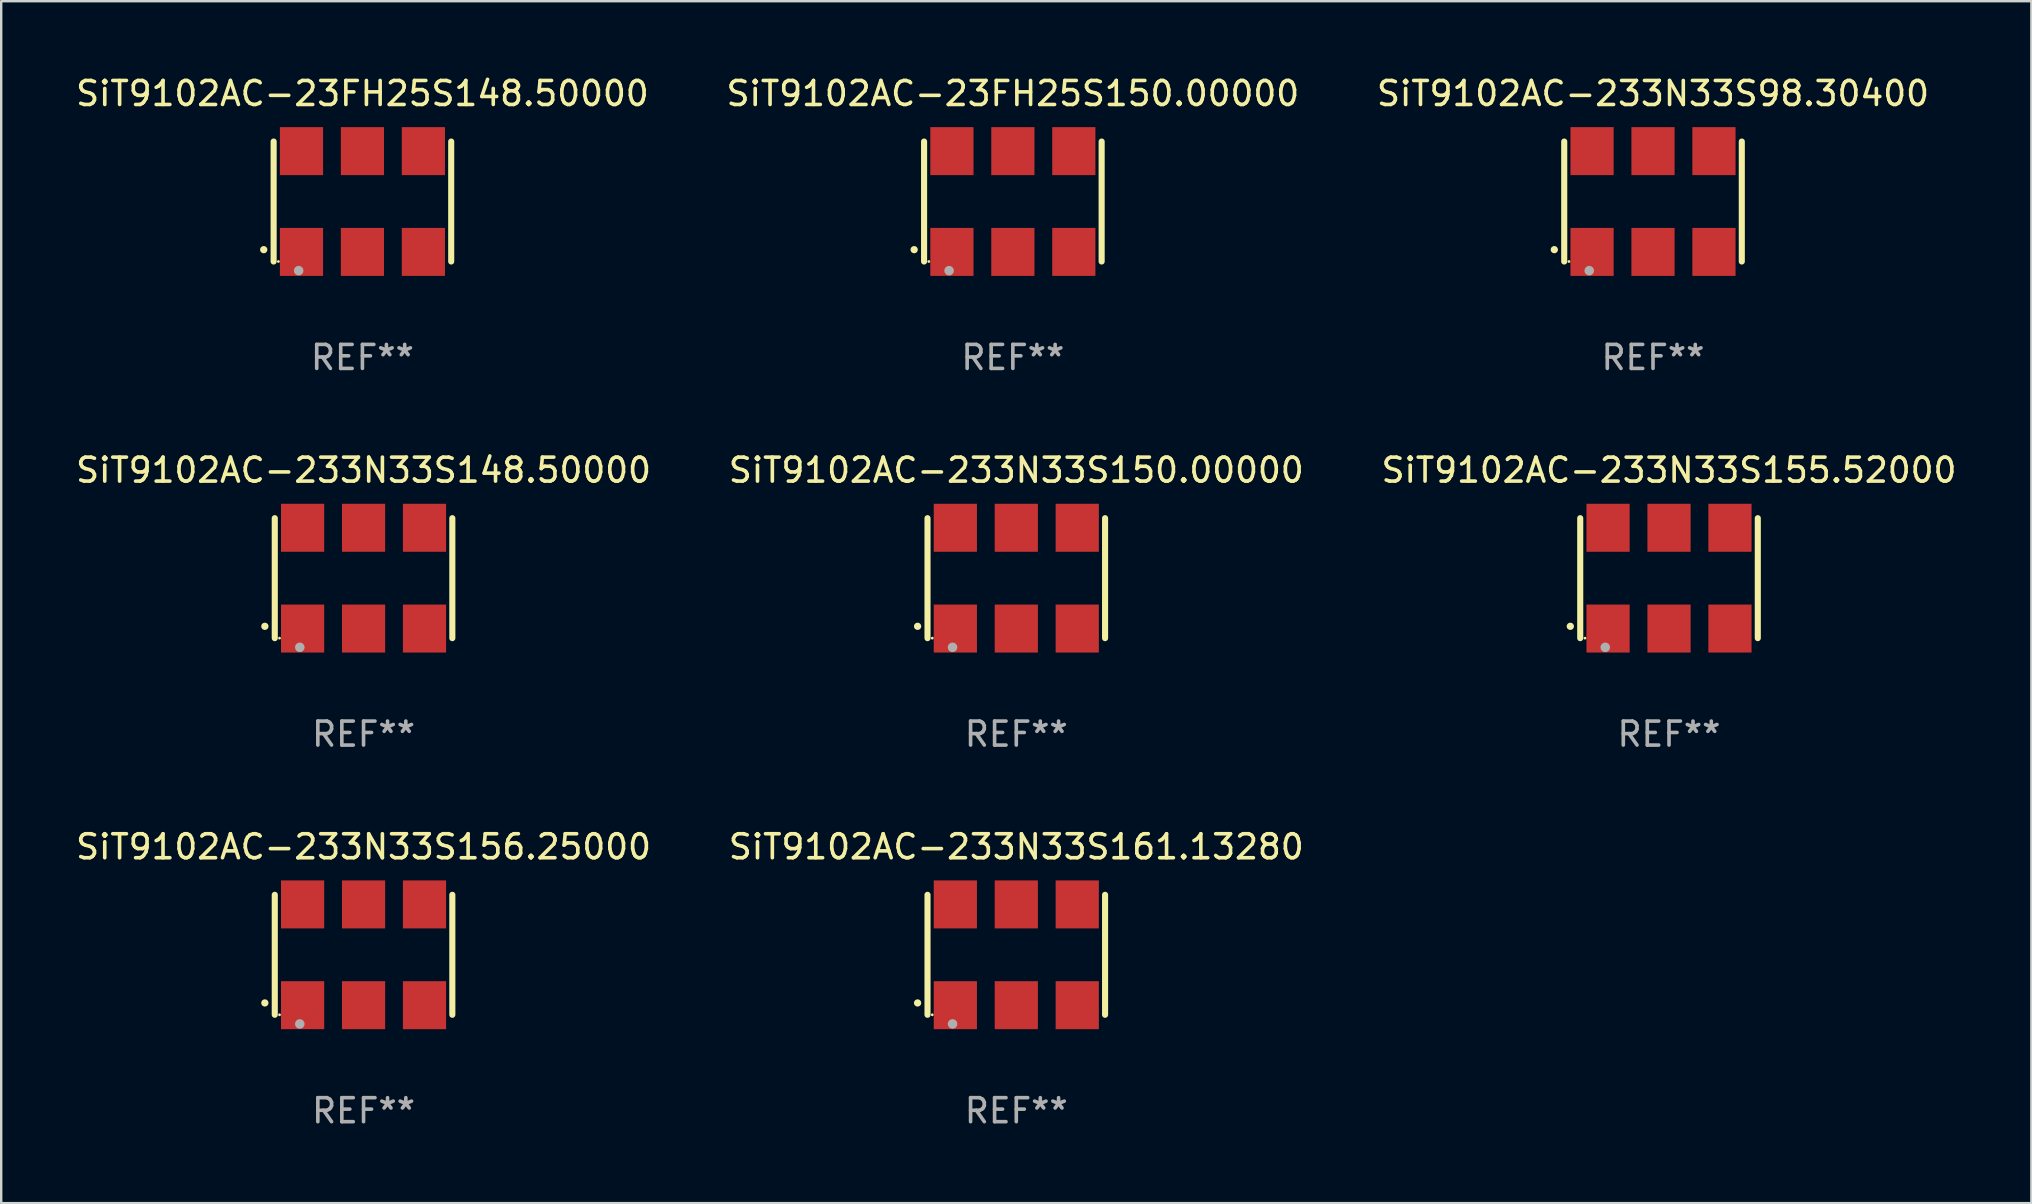
<source format=kicad_pcb>
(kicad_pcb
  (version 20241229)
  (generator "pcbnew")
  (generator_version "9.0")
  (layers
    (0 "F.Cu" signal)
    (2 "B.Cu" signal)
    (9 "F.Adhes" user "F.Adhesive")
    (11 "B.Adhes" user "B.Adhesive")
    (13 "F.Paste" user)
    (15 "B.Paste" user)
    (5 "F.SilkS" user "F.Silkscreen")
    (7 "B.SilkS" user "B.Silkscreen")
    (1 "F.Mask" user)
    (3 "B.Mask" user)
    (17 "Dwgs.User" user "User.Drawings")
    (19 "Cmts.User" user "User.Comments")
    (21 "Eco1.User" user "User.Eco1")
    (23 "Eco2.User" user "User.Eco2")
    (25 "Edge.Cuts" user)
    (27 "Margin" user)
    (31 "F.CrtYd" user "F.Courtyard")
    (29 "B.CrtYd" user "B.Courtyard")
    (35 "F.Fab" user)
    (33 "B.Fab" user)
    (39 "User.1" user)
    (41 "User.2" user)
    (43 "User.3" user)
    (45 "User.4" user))
  (footprint "SiT9102AC-233N33S148.50000"
    (layer "F.Cu")
    (at 12.101 21.045)
    (property "Reference" "SiT9102AC-233N33S148.50000" (at 0 -4.5 0) (layer "F.SilkS") (effects (font (size 1 1) (thickness 0.15))))
    (attr through_hole)
    (fp_line (start -3.7 -2.5) (end -3.7 2.5) (stroke (width 0.254) (type solid)) (layer "F.SilkS"))
    (fp_line (start 3.7 -2.5) (end 3.7 2.5) (stroke (width 0.254) (type solid)) (layer "F.SilkS"))
    (fp_arc (start -4.114415 2.006604) (mid -4.113145 2.006599) (end -4.111875 2.006604) (stroke (width 0.3) (type solid)) (layer "F.SilkS"))
    (fp_circle (center -3.502 2.5) (end -3.472 2.5) (stroke (width 0.06) (type solid)) (fill no) (layer "F.SilkS"))
    (fp_circle (center -2.657 2.882) (end -2.557 2.882) (stroke (width 0.2) (type solid)) (fill no) (layer "F.Fab"))
    (fp_text user "REF**" (at 0 6.5 0) (layer "F.Fab") (effects (font (size 1 1) (thickness 0.15))))
    (pad "1" smd rect (at -2.54 2.1) (size 1.8 2) (layers "F.Cu" "F.Mask" "F.Paste"))
    (pad "2" smd rect (at 0.000394 2.1) (size 1.8 2) (layers "F.Cu" "F.Mask" "F.Paste"))
    (pad "3" smd rect (at 2.54 2.1) (size 1.8 2) (layers "F.Cu" "F.Mask" "F.Paste"))
    (pad "4" smd rect (at 2.54 -2.1) (size 1.8 2) (layers "F.Cu" "F.Mask" "F.Paste"))
    (pad "5" smd rect (at 0.000394 -2.1) (size 1.8 2) (layers "F.Cu" "F.Mask" "F.Paste"))
    (pad "6" smd rect (at -2.54 -2.1) (size 1.8 2) (layers "F.Cu" "F.Mask" "F.Paste")))
  (footprint "SiT9102AC-23FH25S148.50000"
    (layer "F.Cu")
    (at 12.054 5.348)
    (property "Reference" "SiT9102AC-23FH25S148.50000" (at 0 -4.5 0) (layer "F.SilkS") (effects (font (size 1 1) (thickness 0.15))))
    (attr through_hole)
    (fp_line (start -3.7 -2.5) (end -3.7 2.5) (stroke (width 0.254) (type solid)) (layer "F.SilkS"))
    (fp_line (start 3.7 -2.5) (end 3.7 2.5) (stroke (width 0.254) (type solid)) (layer "F.SilkS"))
    (fp_arc (start -4.114415 2.006604) (mid -4.113145 2.006599) (end -4.111875 2.006604) (stroke (width 0.3) (type solid)) (layer "F.SilkS"))
    (fp_circle (center -3.502 2.5) (end -3.472 2.5) (stroke (width 0.06) (type solid)) (fill no) (layer "F.SilkS"))
    (fp_circle (center -2.657 2.882) (end -2.557 2.882) (stroke (width 0.2) (type solid)) (fill no) (layer "F.Fab"))
    (fp_text user "REF**" (at 0 6.5 0) (layer "F.Fab") (effects (font (size 1 1) (thickness 0.15))))
    (pad "1" smd rect (at -2.54 2.1) (size 1.8 2) (layers "F.Cu" "F.Mask" "F.Paste"))
    (pad "2" smd rect (at 0.000394 2.1) (size 1.8 2) (layers "F.Cu" "F.Mask" "F.Paste"))
    (pad "3" smd rect (at 2.54 2.1) (size 1.8 2) (layers "F.Cu" "F.Mask" "F.Paste"))
    (pad "4" smd rect (at 2.54 -2.1) (size 1.8 2) (layers "F.Cu" "F.Mask" "F.Paste"))
    (pad "5" smd rect (at 0.000394 -2.1) (size 1.8 2) (layers "F.Cu" "F.Mask" "F.Paste"))
    (pad "6" smd rect (at -2.54 -2.1) (size 1.8 2) (layers "F.Cu" "F.Mask" "F.Paste")))
  (footprint "SiT9102AC-233N33S161.13280"
    (layer "F.Cu")
    (at 39.304 36.741)
    (property "Reference" "SiT9102AC-233N33S161.13280" (at 0 -4.5 0) (layer "F.SilkS") (effects (font (size 1 1) (thickness 0.15))))
    (attr through_hole)
    (fp_line (start -3.7 -2.5) (end -3.7 2.5) (stroke (width 0.254) (type solid)) (layer "F.SilkS"))
    (fp_line (start 3.7 -2.5) (end 3.7 2.5) (stroke (width 0.254) (type solid)) (layer "F.SilkS"))
    (fp_arc (start -4.114415 2.006604) (mid -4.113145 2.006599) (end -4.111875 2.006604) (stroke (width 0.3) (type solid)) (layer "F.SilkS"))
    (fp_circle (center -3.502 2.5) (end -3.472 2.5) (stroke (width 0.06) (type solid)) (fill no) (layer "F.SilkS"))
    (fp_circle (center -2.657 2.882) (end -2.557 2.882) (stroke (width 0.2) (type solid)) (fill no) (layer "F.Fab"))
    (fp_text user "REF**" (at 0 6.5 0) (layer "F.Fab") (effects (font (size 1 1) (thickness 0.15))))
    (pad "1" smd rect (at -2.54 2.1) (size 1.8 2) (layers "F.Cu" "F.Mask" "F.Paste"))
    (pad "2" smd rect (at 0.000394 2.1) (size 1.8 2) (layers "F.Cu" "F.Mask" "F.Paste"))
    (pad "3" smd rect (at 2.54 2.1) (size 1.8 2) (layers "F.Cu" "F.Mask" "F.Paste"))
    (pad "4" smd rect (at 2.54 -2.1) (size 1.8 2) (layers "F.Cu" "F.Mask" "F.Paste"))
    (pad "5" smd rect (at 0.000394 -2.1) (size 1.8 2) (layers "F.Cu" "F.Mask" "F.Paste"))
    (pad "6" smd rect (at -2.54 -2.1) (size 1.8 2) (layers "F.Cu" "F.Mask" "F.Paste")))
  (footprint "SiT9102AC-233N33S150.00000"
    (layer "F.Cu")
    (at 39.304 21.045)
    (property "Reference" "SiT9102AC-233N33S150.00000" (at 0 -4.5 0) (layer "F.SilkS") (effects (font (size 1 1) (thickness 0.15))))
    (attr through_hole)
    (fp_line (start -3.7 -2.5) (end -3.7 2.5) (stroke (width 0.254) (type solid)) (layer "F.SilkS"))
    (fp_line (start 3.7 -2.5) (end 3.7 2.5) (stroke (width 0.254) (type solid)) (layer "F.SilkS"))
    (fp_arc (start -4.114415 2.006604) (mid -4.113145 2.006599) (end -4.111875 2.006604) (stroke (width 0.3) (type solid)) (layer "F.SilkS"))
    (fp_circle (center -3.502 2.5) (end -3.472 2.5) (stroke (width 0.06) (type solid)) (fill no) (layer "F.SilkS"))
    (fp_circle (center -2.657 2.882) (end -2.557 2.882) (stroke (width 0.2) (type solid)) (fill no) (layer "F.Fab"))
    (fp_text user "REF**" (at 0 6.5 0) (layer "F.Fab") (effects (font (size 1 1) (thickness 0.15))))
    (pad "1" smd rect (at -2.54 2.1) (size 1.8 2) (layers "F.Cu" "F.Mask" "F.Paste"))
    (pad "2" smd rect (at 0.000394 2.1) (size 1.8 2) (layers "F.Cu" "F.Mask" "F.Paste"))
    (pad "3" smd rect (at 2.54 2.1) (size 1.8 2) (layers "F.Cu" "F.Mask" "F.Paste"))
    (pad "4" smd rect (at 2.54 -2.1) (size 1.8 2) (layers "F.Cu" "F.Mask" "F.Paste"))
    (pad "5" smd rect (at 0.000394 -2.1) (size 1.8 2) (layers "F.Cu" "F.Mask" "F.Paste"))
    (pad "6" smd rect (at -2.54 -2.1) (size 1.8 2) (layers "F.Cu" "F.Mask" "F.Paste")))
  (footprint "SiT9102AC-233N33S156.25000"
    (layer "F.Cu")
    (at 12.101 36.741)
    (property "Reference" "SiT9102AC-233N33S156.25000" (at 0 -4.5 0) (layer "F.SilkS") (effects (font (size 1 1) (thickness 0.15))))
    (attr through_hole)
    (fp_line (start -3.7 -2.5) (end -3.7 2.5) (stroke (width 0.254) (type solid)) (layer "F.SilkS"))
    (fp_line (start 3.7 -2.5) (end 3.7 2.5) (stroke (width 0.254) (type solid)) (layer "F.SilkS"))
    (fp_arc (start -4.114415 2.006604) (mid -4.113145 2.006599) (end -4.111875 2.006604) (stroke (width 0.3) (type solid)) (layer "F.SilkS"))
    (fp_circle (center -3.502 2.5) (end -3.472 2.5) (stroke (width 0.06) (type solid)) (fill no) (layer "F.SilkS"))
    (fp_circle (center -2.657 2.882) (end -2.557 2.882) (stroke (width 0.2) (type solid)) (fill no) (layer "F.Fab"))
    (fp_text user "REF**" (at 0 6.5 0) (layer "F.Fab") (effects (font (size 1 1) (thickness 0.15))))
    (pad "1" smd rect (at -2.54 2.1) (size 1.8 2) (layers "F.Cu" "F.Mask" "F.Paste"))
    (pad "2" smd rect (at 0.000394 2.1) (size 1.8 2) (layers "F.Cu" "F.Mask" "F.Paste"))
    (pad "3" smd rect (at 2.54 2.1) (size 1.8 2) (layers "F.Cu" "F.Mask" "F.Paste"))
    (pad "4" smd rect (at 2.54 -2.1) (size 1.8 2) (layers "F.Cu" "F.Mask" "F.Paste"))
    (pad "5" smd rect (at 0.000394 -2.1) (size 1.8 2) (layers "F.Cu" "F.Mask" "F.Paste"))
    (pad "6" smd rect (at -2.54 -2.1) (size 1.8 2) (layers "F.Cu" "F.Mask" "F.Paste")))
  (footprint "SiT9102AC-23FH25S150.00000"
    (layer "F.Cu")
    (at 39.161 5.348)
    (property "Reference" "SiT9102AC-23FH25S150.00000" (at 0 -4.5 0) (layer "F.SilkS") (effects (font (size 1 1) (thickness 0.15))))
    (attr through_hole)
    (fp_line (start -3.7 -2.5) (end -3.7 2.5) (stroke (width 0.254) (type solid)) (layer "F.SilkS"))
    (fp_line (start 3.7 -2.5) (end 3.7 2.5) (stroke (width 0.254) (type solid)) (layer "F.SilkS"))
    (fp_arc (start -4.114415 2.006604) (mid -4.113145 2.006599) (end -4.111875 2.006604) (stroke (width 0.3) (type solid)) (layer "F.SilkS"))
    (fp_circle (center -3.502 2.5) (end -3.472 2.5) (stroke (width 0.06) (type solid)) (fill no) (layer "F.SilkS"))
    (fp_circle (center -2.657 2.882) (end -2.557 2.882) (stroke (width 0.2) (type solid)) (fill no) (layer "F.Fab"))
    (fp_text user "REF**" (at 0 6.5 0) (layer "F.Fab") (effects (font (size 1 1) (thickness 0.15))))
    (pad "1" smd rect (at -2.54 2.1) (size 1.8 2) (layers "F.Cu" "F.Mask" "F.Paste"))
    (pad "2" smd rect (at 0.000394 2.1) (size 1.8 2) (layers "F.Cu" "F.Mask" "F.Paste"))
    (pad "3" smd rect (at 2.54 2.1) (size 1.8 2) (layers "F.Cu" "F.Mask" "F.Paste"))
    (pad "4" smd rect (at 2.54 -2.1) (size 1.8 2) (layers "F.Cu" "F.Mask" "F.Paste"))
    (pad "5" smd rect (at 0.000394 -2.1) (size 1.8 2) (layers "F.Cu" "F.Mask" "F.Paste"))
    (pad "6" smd rect (at -2.54 -2.1) (size 1.8 2) (layers "F.Cu" "F.Mask" "F.Paste")))
  (footprint "SiT9102AC-233N33S155.52000"
    (layer "F.Cu")
    (at 66.506 21.045)
    (property "Reference" "SiT9102AC-233N33S155.52000" (at 0 -4.5 0) (layer "F.SilkS") (effects (font (size 1 1) (thickness 0.15))))
    (attr through_hole)
    (fp_line (start -3.7 -2.5) (end -3.7 2.5) (stroke (width 0.254) (type solid)) (layer "F.SilkS"))
    (fp_line (start 3.7 -2.5) (end 3.7 2.5) (stroke (width 0.254) (type solid)) (layer "F.SilkS"))
    (fp_arc (start -4.114415 2.006604) (mid -4.113145 2.006599) (end -4.111875 2.006604) (stroke (width 0.3) (type solid)) (layer "F.SilkS"))
    (fp_circle (center -3.502 2.5) (end -3.472 2.5) (stroke (width 0.06) (type solid)) (fill no) (layer "F.SilkS"))
    (fp_circle (center -2.657 2.882) (end -2.557 2.882) (stroke (width 0.2) (type solid)) (fill no) (layer "F.Fab"))
    (fp_text user "REF**" (at 0 6.5 0) (layer "F.Fab") (effects (font (size 1 1) (thickness 0.15))))
    (pad "1" smd rect (at -2.54 2.1) (size 1.8 2) (layers "F.Cu" "F.Mask" "F.Paste"))
    (pad "2" smd rect (at 0.000394 2.1) (size 1.8 2) (layers "F.Cu" "F.Mask" "F.Paste"))
    (pad "3" smd rect (at 2.54 2.1) (size 1.8 2) (layers "F.Cu" "F.Mask" "F.Paste"))
    (pad "4" smd rect (at 2.54 -2.1) (size 1.8 2) (layers "F.Cu" "F.Mask" "F.Paste"))
    (pad "5" smd rect (at 0.000394 -2.1) (size 1.8 2) (layers "F.Cu" "F.Mask" "F.Paste"))
    (pad "6" smd rect (at -2.54 -2.1) (size 1.8 2) (layers "F.Cu" "F.Mask" "F.Paste")))
  (footprint "SiT9102AC-233N33S98.30400"
    (layer "F.Cu")
    (at 65.839 5.348)
    (property "Reference" "SiT9102AC-233N33S98.30400" (at 0 -4.5 0) (layer "F.SilkS") (effects (font (size 1 1) (thickness 0.15))))
    (attr through_hole)
    (fp_line (start -3.7 -2.5) (end -3.7 2.5) (stroke (width 0.254) (type solid)) (layer "F.SilkS"))
    (fp_line (start 3.7 -2.5) (end 3.7 2.5) (stroke (width 0.254) (type solid)) (layer "F.SilkS"))
    (fp_arc (start -4.114415 2.006604) (mid -4.113145 2.006599) (end -4.111875 2.006604) (stroke (width 0.3) (type solid)) (layer "F.SilkS"))
    (fp_circle (center -3.502 2.5) (end -3.472 2.5) (stroke (width 0.06) (type solid)) (fill no) (layer "F.SilkS"))
    (fp_circle (center -2.657 2.882) (end -2.557 2.882) (stroke (width 0.2) (type solid)) (fill no) (layer "F.Fab"))
    (fp_text user "REF**" (at 0 6.5 0) (layer "F.Fab") (effects (font (size 1 1) (thickness 0.15))))
    (pad "1" smd rect (at -2.54 2.1) (size 1.8 2) (layers "F.Cu" "F.Mask" "F.Paste"))
    (pad "2" smd rect (at 0.000394 2.1) (size 1.8 2) (layers "F.Cu" "F.Mask" "F.Paste"))
    (pad "3" smd rect (at 2.54 2.1) (size 1.8 2) (layers "F.Cu" "F.Mask" "F.Paste"))
    (pad "4" smd rect (at 2.54 -2.1) (size 1.8 2) (layers "F.Cu" "F.Mask" "F.Paste"))
    (pad "5" smd rect (at 0.000394 -2.1) (size 1.8 2) (layers "F.Cu" "F.Mask" "F.Paste"))
    (pad "6" smd rect (at -2.54 -2.1) (size 1.8 2) (layers "F.Cu" "F.Mask" "F.Paste")))
  (gr_rect
    (start -3 -3)
    (end 81.607 47.09)
    (stroke (width 0.1) (type default))
    (fill no)
    (layer "Edge.Cuts")))
</source>
